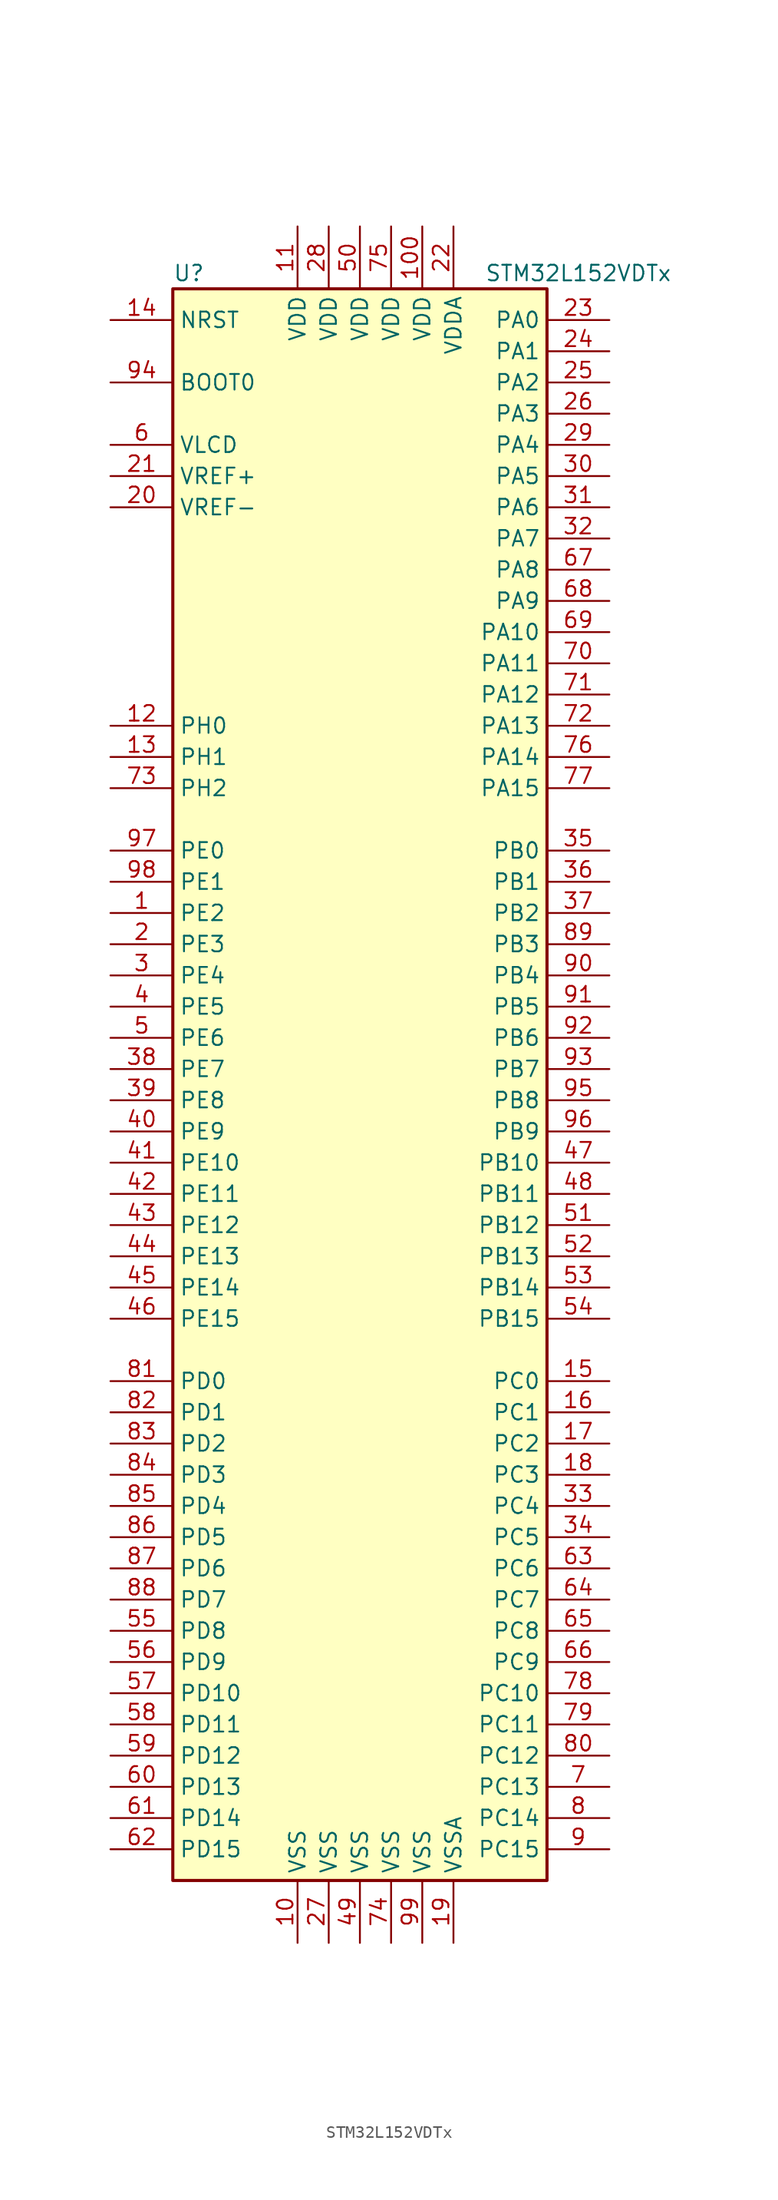
<source format=kicad_sym>
(kicad_symbol_lib
  (version 20201005)
  (generator kicad_symbol_editor)
  (symbol "MCU_ST_STM32L1:STM32L152VDTx"
    (property "Reference" "U"
      (at -15.24 64.77 0)
      (effects (font (size 1.27 1.27)) (justify left)))
    (property "Value" "STM32L152VDTx"
      (at 10.16 64.77 0)
      (effects (font (size 1.27 1.27)) (justify left)))
    (symbol "STM32L152VDTx_0_1"
      (rectangle (start -15.24 -66.04) (end 15.24 63.5) (stroke (width 0.254)) (fill (type background))))
    (symbol "STM32L152VDTx_1_1"
      (pin input line (at -20.32 55.88 0) (length 5.08) (name "BOOT0" (effects (font (size 1.27 1.27)))) (number "94" (effects (font (size 1.27 1.27)))))
      (pin input line (at -20.32 60.96 0) (length 5.08) (name "NRST" (effects (font (size 1.27 1.27)))) (number "14" (effects (font (size 1.27 1.27)))))
      (pin bidirectional line (at 20.32 60.96 180) (length 5.08) (name "PA0" (effects (font (size 1.27 1.27)))) (number "23" (effects (font (size 1.27 1.27)))))
      (pin bidirectional line (at 20.32 58.42 180) (length 5.08) (name "PA1" (effects (font (size 1.27 1.27)))) (number "24" (effects (font (size 1.27 1.27)))))
      (pin bidirectional line (at 20.32 35.56 180) (length 5.08) (name "PA10" (effects (font (size 1.27 1.27)))) (number "69" (effects (font (size 1.27 1.27)))))
      (pin bidirectional line (at 20.32 33.02 180) (length 5.08) (name "PA11" (effects (font (size 1.27 1.27)))) (number "70" (effects (font (size 1.27 1.27)))))
      (pin bidirectional line (at 20.32 30.48 180) (length 5.08) (name "PA12" (effects (font (size 1.27 1.27)))) (number "71" (effects (font (size 1.27 1.27)))))
      (pin bidirectional line (at 20.32 27.94 180) (length 5.08) (name "PA13" (effects (font (size 1.27 1.27)))) (number "72" (effects (font (size 1.27 1.27)))))
      (pin bidirectional line (at 20.32 25.4 180) (length 5.08) (name "PA14" (effects (font (size 1.27 1.27)))) (number "76" (effects (font (size 1.27 1.27)))))
      (pin bidirectional line (at 20.32 22.86 180) (length 5.08) (name "PA15" (effects (font (size 1.27 1.27)))) (number "77" (effects (font (size 1.27 1.27)))))
      (pin bidirectional line (at 20.32 55.88 180) (length 5.08) (name "PA2" (effects (font (size 1.27 1.27)))) (number "25" (effects (font (size 1.27 1.27)))))
      (pin bidirectional line (at 20.32 53.34 180) (length 5.08) (name "PA3" (effects (font (size 1.27 1.27)))) (number "26" (effects (font (size 1.27 1.27)))))
      (pin bidirectional line (at 20.32 50.8 180) (length 5.08) (name "PA4" (effects (font (size 1.27 1.27)))) (number "29" (effects (font (size 1.27 1.27)))))
      (pin bidirectional line (at 20.32 48.26 180) (length 5.08) (name "PA5" (effects (font (size 1.27 1.27)))) (number "30" (effects (font (size 1.27 1.27)))))
      (pin bidirectional line (at 20.32 45.72 180) (length 5.08) (name "PA6" (effects (font (size 1.27 1.27)))) (number "31" (effects (font (size 1.27 1.27)))))
      (pin bidirectional line (at 20.32 43.18 180) (length 5.08) (name "PA7" (effects (font (size 1.27 1.27)))) (number "32" (effects (font (size 1.27 1.27)))))
      (pin bidirectional line (at 20.32 40.64 180) (length 5.08) (name "PA8" (effects (font (size 1.27 1.27)))) (number "67" (effects (font (size 1.27 1.27)))))
      (pin bidirectional line (at 20.32 38.1 180) (length 5.08) (name "PA9" (effects (font (size 1.27 1.27)))) (number "68" (effects (font (size 1.27 1.27)))))
      (pin bidirectional line (at 20.32 17.78 180) (length 5.08) (name "PB0" (effects (font (size 1.27 1.27)))) (number "35" (effects (font (size 1.27 1.27)))))
      (pin bidirectional line (at 20.32 15.24 180) (length 5.08) (name "PB1" (effects (font (size 1.27 1.27)))) (number "36" (effects (font (size 1.27 1.27)))))
      (pin bidirectional line (at 20.32 -7.62 180) (length 5.08) (name "PB10" (effects (font (size 1.27 1.27)))) (number "47" (effects (font (size 1.27 1.27)))))
      (pin bidirectional line (at 20.32 -10.16 180) (length 5.08) (name "PB11" (effects (font (size 1.27 1.27)))) (number "48" (effects (font (size 1.27 1.27)))))
      (pin bidirectional line (at 20.32 -12.7 180) (length 5.08) (name "PB12" (effects (font (size 1.27 1.27)))) (number "51" (effects (font (size 1.27 1.27)))))
      (pin bidirectional line (at 20.32 -15.24 180) (length 5.08) (name "PB13" (effects (font (size 1.27 1.27)))) (number "52" (effects (font (size 1.27 1.27)))))
      (pin bidirectional line (at 20.32 -17.78 180) (length 5.08) (name "PB14" (effects (font (size 1.27 1.27)))) (number "53" (effects (font (size 1.27 1.27)))))
      (pin bidirectional line (at 20.32 -20.32 180) (length 5.08) (name "PB15" (effects (font (size 1.27 1.27)))) (number "54" (effects (font (size 1.27 1.27)))))
      (pin bidirectional line (at 20.32 12.7 180) (length 5.08) (name "PB2" (effects (font (size 1.27 1.27)))) (number "37" (effects (font (size 1.27 1.27)))))
      (pin bidirectional line (at 20.32 10.16 180) (length 5.08) (name "PB3" (effects (font (size 1.27 1.27)))) (number "89" (effects (font (size 1.27 1.27)))))
      (pin bidirectional line (at 20.32 7.62 180) (length 5.08) (name "PB4" (effects (font (size 1.27 1.27)))) (number "90" (effects (font (size 1.27 1.27)))))
      (pin bidirectional line (at 20.32 5.08 180) (length 5.08) (name "PB5" (effects (font (size 1.27 1.27)))) (number "91" (effects (font (size 1.27 1.27)))))
      (pin bidirectional line (at 20.32 2.54 180) (length 5.08) (name "PB6" (effects (font (size 1.27 1.27)))) (number "92" (effects (font (size 1.27 1.27)))))
      (pin bidirectional line (at 20.32 0 180) (length 5.08) (name "PB7" (effects (font (size 1.27 1.27)))) (number "93" (effects (font (size 1.27 1.27)))))
      (pin bidirectional line (at 20.32 -2.54 180) (length 5.08) (name "PB8" (effects (font (size 1.27 1.27)))) (number "95" (effects (font (size 1.27 1.27)))))
      (pin bidirectional line (at 20.32 -5.08 180) (length 5.08) (name "PB9" (effects (font (size 1.27 1.27)))) (number "96" (effects (font (size 1.27 1.27)))))
      (pin bidirectional line (at 20.32 -25.4 180) (length 5.08) (name "PC0" (effects (font (size 1.27 1.27)))) (number "15" (effects (font (size 1.27 1.27)))))
      (pin bidirectional line (at 20.32 -27.94 180) (length 5.08) (name "PC1" (effects (font (size 1.27 1.27)))) (number "16" (effects (font (size 1.27 1.27)))))
      (pin bidirectional line (at 20.32 -50.8 180) (length 5.08) (name "PC10" (effects (font (size 1.27 1.27)))) (number "78" (effects (font (size 1.27 1.27)))))
      (pin bidirectional line (at 20.32 -53.34 180) (length 5.08) (name "PC11" (effects (font (size 1.27 1.27)))) (number "79" (effects (font (size 1.27 1.27)))))
      (pin bidirectional line (at 20.32 -55.88 180) (length 5.08) (name "PC12" (effects (font (size 1.27 1.27)))) (number "80" (effects (font (size 1.27 1.27)))))
      (pin bidirectional line (at 20.32 -58.42 180) (length 5.08) (name "PC13" (effects (font (size 1.27 1.27)))) (number "7" (effects (font (size 1.27 1.27)))))
      (pin bidirectional line (at 20.32 -60.96 180) (length 5.08) (name "PC14" (effects (font (size 1.27 1.27)))) (number "8" (effects (font (size 1.27 1.27)))))
      (pin bidirectional line (at 20.32 -63.5 180) (length 5.08) (name "PC15" (effects (font (size 1.27 1.27)))) (number "9" (effects (font (size 1.27 1.27)))))
      (pin bidirectional line (at 20.32 -30.48 180) (length 5.08) (name "PC2" (effects (font (size 1.27 1.27)))) (number "17" (effects (font (size 1.27 1.27)))))
      (pin bidirectional line (at 20.32 -33.02 180) (length 5.08) (name "PC3" (effects (font (size 1.27 1.27)))) (number "18" (effects (font (size 1.27 1.27)))))
      (pin bidirectional line (at 20.32 -35.56 180) (length 5.08) (name "PC4" (effects (font (size 1.27 1.27)))) (number "33" (effects (font (size 1.27 1.27)))))
      (pin bidirectional line (at 20.32 -38.1 180) (length 5.08) (name "PC5" (effects (font (size 1.27 1.27)))) (number "34" (effects (font (size 1.27 1.27)))))
      (pin bidirectional line (at 20.32 -40.64 180) (length 5.08) (name "PC6" (effects (font (size 1.27 1.27)))) (number "63" (effects (font (size 1.27 1.27)))))
      (pin bidirectional line (at 20.32 -43.18 180) (length 5.08) (name "PC7" (effects (font (size 1.27 1.27)))) (number "64" (effects (font (size 1.27 1.27)))))
      (pin bidirectional line (at 20.32 -45.72 180) (length 5.08) (name "PC8" (effects (font (size 1.27 1.27)))) (number "65" (effects (font (size 1.27 1.27)))))
      (pin bidirectional line (at 20.32 -48.26 180) (length 5.08) (name "PC9" (effects (font (size 1.27 1.27)))) (number "66" (effects (font (size 1.27 1.27)))))
      (pin bidirectional line (at -20.32 -25.4 0) (length 5.08) (name "PD0" (effects (font (size 1.27 1.27)))) (number "81" (effects (font (size 1.27 1.27)))))
      (pin bidirectional line (at -20.32 -27.94 0) (length 5.08) (name "PD1" (effects (font (size 1.27 1.27)))) (number "82" (effects (font (size 1.27 1.27)))))
      (pin bidirectional line (at -20.32 -50.8 0) (length 5.08) (name "PD10" (effects (font (size 1.27 1.27)))) (number "57" (effects (font (size 1.27 1.27)))))
      (pin bidirectional line (at -20.32 -53.34 0) (length 5.08) (name "PD11" (effects (font (size 1.27 1.27)))) (number "58" (effects (font (size 1.27 1.27)))))
      (pin bidirectional line (at -20.32 -55.88 0) (length 5.08) (name "PD12" (effects (font (size 1.27 1.27)))) (number "59" (effects (font (size 1.27 1.27)))))
      (pin bidirectional line (at -20.32 -58.42 0) (length 5.08) (name "PD13" (effects (font (size 1.27 1.27)))) (number "60" (effects (font (size 1.27 1.27)))))
      (pin bidirectional line (at -20.32 -60.96 0) (length 5.08) (name "PD14" (effects (font (size 1.27 1.27)))) (number "61" (effects (font (size 1.27 1.27)))))
      (pin bidirectional line (at -20.32 -63.5 0) (length 5.08) (name "PD15" (effects (font (size 1.27 1.27)))) (number "62" (effects (font (size 1.27 1.27)))))
      (pin bidirectional line (at -20.32 -30.48 0) (length 5.08) (name "PD2" (effects (font (size 1.27 1.27)))) (number "83" (effects (font (size 1.27 1.27)))))
      (pin bidirectional line (at -20.32 -33.02 0) (length 5.08) (name "PD3" (effects (font (size 1.27 1.27)))) (number "84" (effects (font (size 1.27 1.27)))))
      (pin bidirectional line (at -20.32 -35.56 0) (length 5.08) (name "PD4" (effects (font (size 1.27 1.27)))) (number "85" (effects (font (size 1.27 1.27)))))
      (pin bidirectional line (at -20.32 -38.1 0) (length 5.08) (name "PD5" (effects (font (size 1.27 1.27)))) (number "86" (effects (font (size 1.27 1.27)))))
      (pin bidirectional line (at -20.32 -40.64 0) (length 5.08) (name "PD6" (effects (font (size 1.27 1.27)))) (number "87" (effects (font (size 1.27 1.27)))))
      (pin bidirectional line (at -20.32 -43.18 0) (length 5.08) (name "PD7" (effects (font (size 1.27 1.27)))) (number "88" (effects (font (size 1.27 1.27)))))
      (pin bidirectional line (at -20.32 -45.72 0) (length 5.08) (name "PD8" (effects (font (size 1.27 1.27)))) (number "55" (effects (font (size 1.27 1.27)))))
      (pin bidirectional line (at -20.32 -48.26 0) (length 5.08) (name "PD9" (effects (font (size 1.27 1.27)))) (number "56" (effects (font (size 1.27 1.27)))))
      (pin bidirectional line (at -20.32 17.78 0) (length 5.08) (name "PE0" (effects (font (size 1.27 1.27)))) (number "97" (effects (font (size 1.27 1.27)))))
      (pin bidirectional line (at -20.32 15.24 0) (length 5.08) (name "PE1" (effects (font (size 1.27 1.27)))) (number "98" (effects (font (size 1.27 1.27)))))
      (pin bidirectional line (at -20.32 -7.62 0) (length 5.08) (name "PE10" (effects (font (size 1.27 1.27)))) (number "41" (effects (font (size 1.27 1.27)))))
      (pin bidirectional line (at -20.32 -10.16 0) (length 5.08) (name "PE11" (effects (font (size 1.27 1.27)))) (number "42" (effects (font (size 1.27 1.27)))))
      (pin bidirectional line (at -20.32 -12.7 0) (length 5.08) (name "PE12" (effects (font (size 1.27 1.27)))) (number "43" (effects (font (size 1.27 1.27)))))
      (pin bidirectional line (at -20.32 -15.24 0) (length 5.08) (name "PE13" (effects (font (size 1.27 1.27)))) (number "44" (effects (font (size 1.27 1.27)))))
      (pin bidirectional line (at -20.32 -17.78 0) (length 5.08) (name "PE14" (effects (font (size 1.27 1.27)))) (number "45" (effects (font (size 1.27 1.27)))))
      (pin bidirectional line (at -20.32 -20.32 0) (length 5.08) (name "PE15" (effects (font (size 1.27 1.27)))) (number "46" (effects (font (size 1.27 1.27)))))
      (pin bidirectional line (at -20.32 12.7 0) (length 5.08) (name "PE2" (effects (font (size 1.27 1.27)))) (number "1" (effects (font (size 1.27 1.27)))))
      (pin bidirectional line (at -20.32 10.16 0) (length 5.08) (name "PE3" (effects (font (size 1.27 1.27)))) (number "2" (effects (font (size 1.27 1.27)))))
      (pin bidirectional line (at -20.32 7.62 0) (length 5.08) (name "PE4" (effects (font (size 1.27 1.27)))) (number "3" (effects (font (size 1.27 1.27)))))
      (pin bidirectional line (at -20.32 5.08 0) (length 5.08) (name "PE5" (effects (font (size 1.27 1.27)))) (number "4" (effects (font (size 1.27 1.27)))))
      (pin bidirectional line (at -20.32 2.54 0) (length 5.08) (name "PE6" (effects (font (size 1.27 1.27)))) (number "5" (effects (font (size 1.27 1.27)))))
      (pin bidirectional line (at -20.32 0 0) (length 5.08) (name "PE7" (effects (font (size 1.27 1.27)))) (number "38" (effects (font (size 1.27 1.27)))))
      (pin bidirectional line (at -20.32 -2.54 0) (length 5.08) (name "PE8" (effects (font (size 1.27 1.27)))) (number "39" (effects (font (size 1.27 1.27)))))
      (pin bidirectional line (at -20.32 -5.08 0) (length 5.08) (name "PE9" (effects (font (size 1.27 1.27)))) (number "40" (effects (font (size 1.27 1.27)))))
      (pin input line (at -20.32 27.94 0) (length 5.08) (name "PH0" (effects (font (size 1.27 1.27)))) (number "12" (effects (font (size 1.27 1.27)))))
      (pin input line (at -20.32 25.4 0) (length 5.08) (name "PH1" (effects (font (size 1.27 1.27)))) (number "13" (effects (font (size 1.27 1.27)))))
      (pin bidirectional line (at -20.32 22.86 0) (length 5.08) (name "PH2" (effects (font (size 1.27 1.27)))) (number "73" (effects (font (size 1.27 1.27)))))
      (pin power_in line (at 5.08 68.58 270) (length 5.08) (name "VDD" (effects (font (size 1.27 1.27)))) (number "100" (effects (font (size 1.27 1.27)))))
      (pin power_in line (at -5.08 68.58 270) (length 5.08) (name "VDD" (effects (font (size 1.27 1.27)))) (number "11" (effects (font (size 1.27 1.27)))))
      (pin power_in line (at -2.54 68.58 270) (length 5.08) (name "VDD" (effects (font (size 1.27 1.27)))) (number "28" (effects (font (size 1.27 1.27)))))
      (pin power_in line (at 0 68.58 270) (length 5.08) (name "VDD" (effects (font (size 1.27 1.27)))) (number "50" (effects (font (size 1.27 1.27)))))
      (pin power_in line (at 2.54 68.58 270) (length 5.08) (name "VDD" (effects (font (size 1.27 1.27)))) (number "75" (effects (font (size 1.27 1.27)))))
      (pin power_in line (at 7.62 68.58 270) (length 5.08) (name "VDDA" (effects (font (size 1.27 1.27)))) (number "22" (effects (font (size 1.27 1.27)))))
      (pin power_in line (at -20.32 50.8 0) (length 5.08) (name "VLCD" (effects (font (size 1.27 1.27)))) (number "6" (effects (font (size 1.27 1.27)))))
      (pin power_in line (at -20.32 48.26 0) (length 5.08) (name "VREF+" (effects (font (size 1.27 1.27)))) (number "21" (effects (font (size 1.27 1.27)))))
      (pin power_in line (at -20.32 45.72 0) (length 5.08) (name "VREF-" (effects (font (size 1.27 1.27)))) (number "20" (effects (font (size 1.27 1.27)))))
      (pin power_in line (at -5.08 -71.12 90) (length 5.08) (name "VSS" (effects (font (size 1.27 1.27)))) (number "10" (effects (font (size 1.27 1.27)))))
      (pin power_in line (at -2.54 -71.12 90) (length 5.08) (name "VSS" (effects (font (size 1.27 1.27)))) (number "27" (effects (font (size 1.27 1.27)))))
      (pin power_in line (at 0 -71.12 90) (length 5.08) (name "VSS" (effects (font (size 1.27 1.27)))) (number "49" (effects (font (size 1.27 1.27)))))
      (pin power_in line (at 2.54 -71.12 90) (length 5.08) (name "VSS" (effects (font (size 1.27 1.27)))) (number "74" (effects (font (size 1.27 1.27)))))
      (pin power_in line (at 5.08 -71.12 90) (length 5.08) (name "VSS" (effects (font (size 1.27 1.27)))) (number "99" (effects (font (size 1.27 1.27)))))
      (pin power_in line (at 7.62 -71.12 90) (length 5.08) (name "VSSA" (effects (font (size 1.27 1.27)))) (number "19" (effects (font (size 1.27 1.27))))))))
</source>
